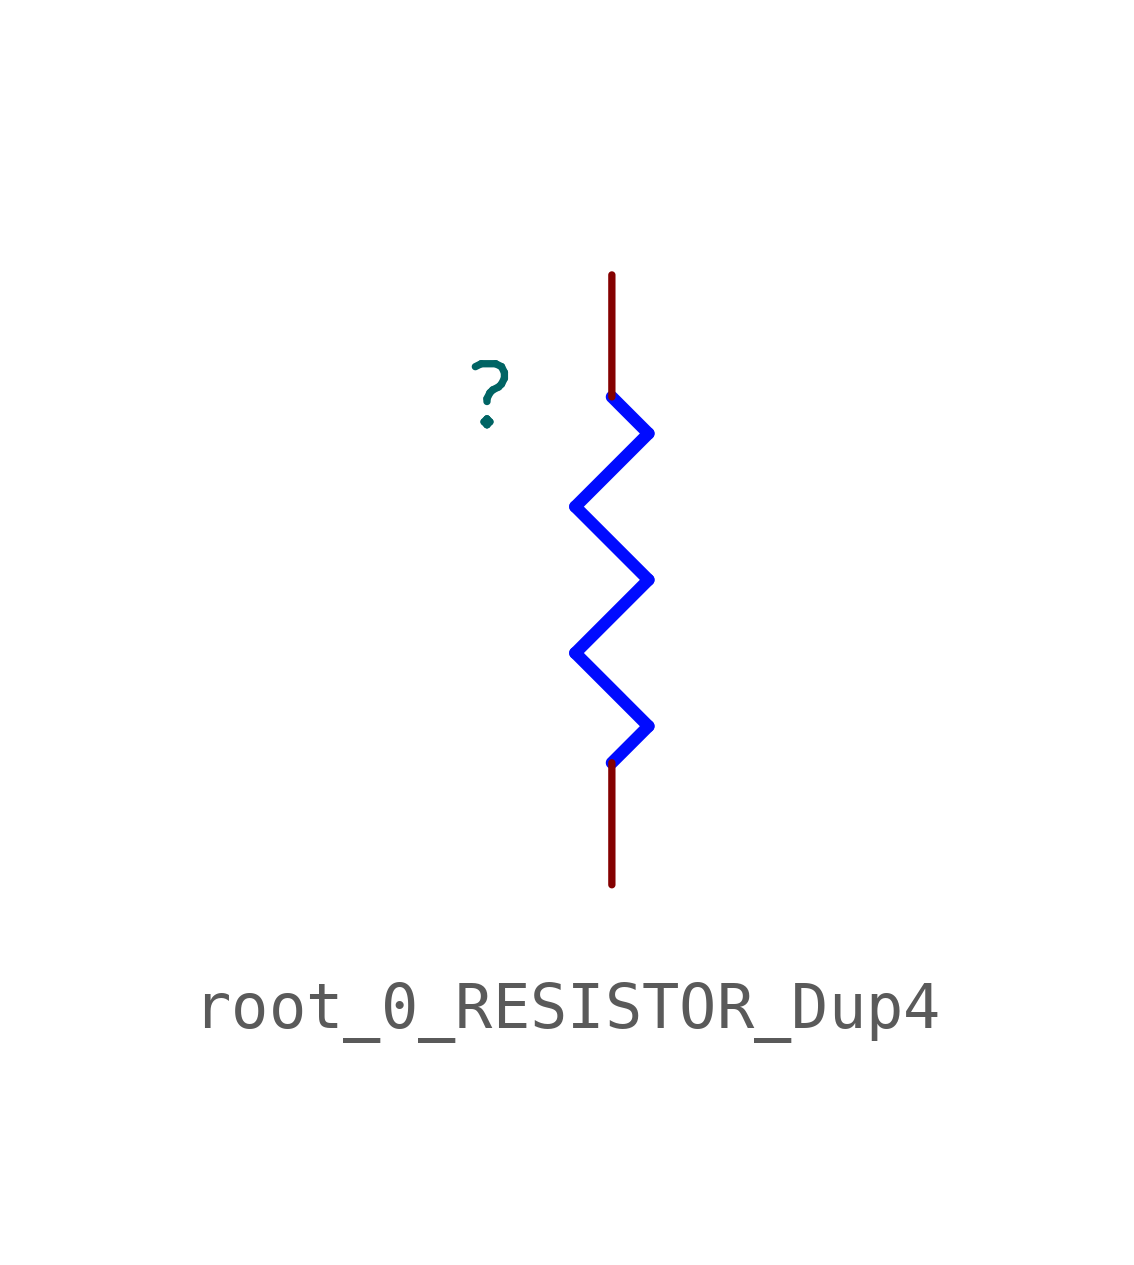
<source format=kicad_sym>
(kicad_symbol_lib
  (version 20231120)
  (generator "kicad_symbol_editor")
  (generator_version "8.0")
  (symbol "root_0_RESISTOR_Dup4"
    (property "Reference" ""
      (at 0 0 0)
      (effects (font (size 1.27 1.27))))
    (property "Value" ""
      (at 0 0 0)
      (effects (font (size 1.27 1.27))))
    (symbol "root_0_RESISTOR_Dup4_1_0"
      (polyline (pts (xy 1.778 -5.334) (xy 3.302 -6.858)) (stroke (width 0.254) (type solid) (color 0 11 255 1)) (fill (type none)))
      (polyline (pts (xy 1.778 -2.286) (xy 3.302 -3.81)) (stroke (width 0.254) (type solid) (color 0 11 255 1)) (fill (type none)))
      (polyline (pts (xy 2.54 0) (xy 3.302 -0.762)) (stroke (width 0.254) (type solid) (color 0 11 255 1)) (fill (type none)))
      (polyline (pts (xy 3.302 -6.858) (xy 2.54 -7.62)) (stroke (width 0.254) (type solid) (color 0 11 255 1)) (fill (type none)))
      (polyline (pts (xy 3.302 -3.81) (xy 1.778 -5.334)) (stroke (width 0.254) (type solid) (color 0 11 255 1)) (fill (type none)))
      (polyline (pts (xy 3.302 -0.762) (xy 1.778 -2.286)) (stroke (width 0.254) (type solid) (color 0 11 255 1)) (fill (type none)))
      (pin passive line (at 2.54 2.54 270) (length 2.54) (name "1" (effects (font (size 0 0)))) (number "1" (effects (font (size 0 0)))))
      (pin passive line (at 2.54 -10.16 90) (length 2.54) (name "2" (effects (font (size 0 0)))) (number "2" (effects (font (size 0 0))))))))
</source>
